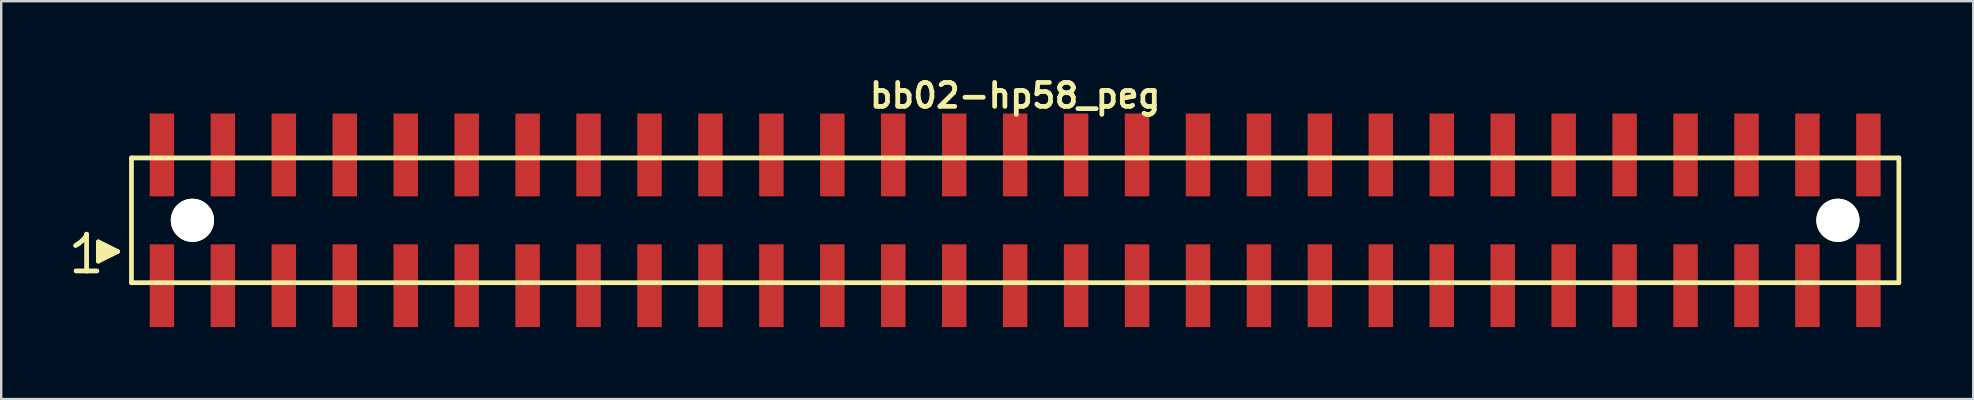
<source format=kicad_pcb>
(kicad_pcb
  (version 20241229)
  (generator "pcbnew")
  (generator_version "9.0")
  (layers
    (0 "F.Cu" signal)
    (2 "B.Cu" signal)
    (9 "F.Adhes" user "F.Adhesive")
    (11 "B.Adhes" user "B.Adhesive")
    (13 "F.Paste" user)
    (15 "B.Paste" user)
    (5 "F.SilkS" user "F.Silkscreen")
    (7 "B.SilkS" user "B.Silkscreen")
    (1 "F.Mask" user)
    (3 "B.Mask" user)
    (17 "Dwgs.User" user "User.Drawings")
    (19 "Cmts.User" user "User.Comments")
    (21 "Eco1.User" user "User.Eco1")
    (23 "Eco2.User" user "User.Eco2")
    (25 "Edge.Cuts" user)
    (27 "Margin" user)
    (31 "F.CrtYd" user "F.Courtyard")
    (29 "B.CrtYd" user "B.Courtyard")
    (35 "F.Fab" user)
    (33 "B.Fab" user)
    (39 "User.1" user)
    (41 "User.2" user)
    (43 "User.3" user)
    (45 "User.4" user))
  (footprint "bb02-hp58_peg"
    (layer "F.Cu")
    (at 39.259 6.132)
    (property "Reference" "bb02-hp58_peg" (at 0 -5.2 0) (layer "F.SilkS") (effects (font (size 0.998 0.998) (thickness 0.198))))
    (attr through_hole)
    (fp_line (start -39.16 1.05) (end -39.03 0.97) (stroke (width 0.198) (type solid)) (layer "F.SilkS"))
    (fp_line (start -39.03 0.97) (end -38.87 0.84) (stroke (width 0.198) (type solid)) (layer "F.SilkS"))
    (fp_line (start -38.87 0.84) (end -38.73 0.67) (stroke (width 0.198) (type solid)) (layer "F.SilkS"))
    (fp_line (start -38.73 0.67) (end -38.7 0.58) (stroke (width 0.198) (type solid)) (layer "F.SilkS"))
    (fp_line (start -38.7 0.58) (end -38.7 2.11) (stroke (width 0.198) (type solid)) (layer "F.SilkS"))
    (fp_line (start -38.7 2.11) (end -39.14 2.11) (stroke (width 0.198) (type solid)) (layer "F.SilkS"))
    (fp_line (start -38.27 2.11) (end -38.71 2.11) (stroke (width 0.198) (type solid)) (layer "F.SilkS"))
    (fp_line (start -38.21 0.9) (end -37.41 1.3) (stroke (width 0.198) (type solid)) (layer "F.SilkS"))
    (fp_line (start -38.21 1.7) (end -38.21 0.9) (stroke (width 0.198) (type solid)) (layer "F.SilkS"))
    (fp_line (start -38.11 1.6) (end -38.11 1) (stroke (width 0.198) (type solid)) (layer "F.SilkS"))
    (fp_line (start -38.01 1.1) (end -38.01 1.5) (stroke (width 0.198) (type solid)) (layer "F.SilkS"))
    (fp_line (start -37.91 1.5) (end -37.91 1.1) (stroke (width 0.198) (type solid)) (layer "F.SilkS"))
    (fp_line (start -37.81 1.2) (end -37.81 1.4) (stroke (width 0.198) (type solid)) (layer "F.SilkS"))
    (fp_line (start -37.71 1.4) (end -37.71 1.2) (stroke (width 0.198) (type solid)) (layer "F.SilkS"))
    (fp_line (start -37.41 1.3) (end -38.21 1.7) (stroke (width 0.198) (type solid)) (layer "F.SilkS"))
    (fp_line (start -36.83 -2.6) (end -36.83 2.6) (stroke (width 0.198) (type solid)) (layer "F.SilkS"))
    (fp_line (start -36.83 -2.6) (end 36.83 -2.6) (stroke (width 0.198) (type solid)) (layer "F.SilkS"))
    (fp_line (start 36.83 2.6) (end -36.83 2.6) (stroke (width 0.198) (type solid)) (layer "F.SilkS"))
    (fp_line (start 36.83 2.6) (end 36.83 -2.6) (stroke (width 0.198) (type solid)) (layer "F.SilkS"))
    (pad "" np_thru_hole circle (at -34.29 0) (size 1.8 1.8) (drill 1.8) (layers "*.Cu" "*.Mask" "F.SilkS"))
    (pad "" np_thru_hole circle (at 34.29 0) (size 1.8 1.8) (drill 1.8) (layers "*.Cu" "*.Mask" "F.SilkS"))
    (pad "1" smd rect (at -35.56 2.725) (size 1.02 3.45) (layers "F.Cu" "F.Mask" "F.Paste"))
    (pad "2" smd rect (at -35.56 -2.725) (size 1.02 3.45) (layers "F.Cu" "F.Mask" "F.Paste"))
    (pad "3" smd rect (at -33.02 2.725) (size 1.02 3.45) (layers "F.Cu" "F.Mask" "F.Paste"))
    (pad "4" smd rect (at -33.02 -2.725) (size 1.02 3.45) (layers "F.Cu" "F.Mask" "F.Paste"))
    (pad "5" smd rect (at -30.48 2.725) (size 1.02 3.45) (layers "F.Cu" "F.Mask" "F.Paste"))
    (pad "6" smd rect (at -30.48 -2.725) (size 1.02 3.45) (layers "F.Cu" "F.Mask" "F.Paste"))
    (pad "7" smd rect (at -27.94 2.725) (size 1.02 3.45) (layers "F.Cu" "F.Mask" "F.Paste"))
    (pad "8" smd rect (at -27.94 -2.725) (size 1.02 3.45) (layers "F.Cu" "F.Mask" "F.Paste"))
    (pad "9" smd rect (at -25.4 2.725) (size 1.02 3.45) (layers "F.Cu" "F.Mask" "F.Paste"))
    (pad "10" smd rect (at -25.4 -2.725) (size 1.02 3.45) (layers "F.Cu" "F.Mask" "F.Paste"))
    (pad "11" smd rect (at -22.86 2.725) (size 1.02 3.45) (layers "F.Cu" "F.Mask" "F.Paste"))
    (pad "12" smd rect (at -22.86 -2.725) (size 1.02 3.45) (layers "F.Cu" "F.Mask" "F.Paste"))
    (pad "13" smd rect (at -20.32 2.725) (size 1.02 3.45) (layers "F.Cu" "F.Mask" "F.Paste"))
    (pad "14" smd rect (at -20.32 -2.725) (size 1.02 3.45) (layers "F.Cu" "F.Mask" "F.Paste"))
    (pad "15" smd rect (at -17.78 2.725) (size 1.02 3.45) (layers "F.Cu" "F.Mask" "F.Paste"))
    (pad "16" smd rect (at -17.78 -2.725) (size 1.02 3.45) (layers "F.Cu" "F.Mask" "F.Paste"))
    (pad "17" smd rect (at -15.24 2.725) (size 1.02 3.45) (layers "F.Cu" "F.Mask" "F.Paste"))
    (pad "18" smd rect (at -15.24 -2.725) (size 1.02 3.45) (layers "F.Cu" "F.Mask" "F.Paste"))
    (pad "19" smd rect (at -12.7 2.725) (size 1.02 3.45) (layers "F.Cu" "F.Mask" "F.Paste"))
    (pad "20" smd rect (at -12.7 -2.725) (size 1.02 3.45) (layers "F.Cu" "F.Mask" "F.Paste"))
    (pad "21" smd rect (at -10.16 2.725) (size 1.02 3.45) (layers "F.Cu" "F.Mask" "F.Paste"))
    (pad "22" smd rect (at -10.16 -2.725) (size 1.02 3.45) (layers "F.Cu" "F.Mask" "F.Paste"))
    (pad "23" smd rect (at -7.62 2.725) (size 1.02 3.45) (layers "F.Cu" "F.Mask" "F.Paste"))
    (pad "24" smd rect (at -7.62 -2.725) (size 1.02 3.45) (layers "F.Cu" "F.Mask" "F.Paste"))
    (pad "25" smd rect (at -5.08 2.725) (size 1.02 3.45) (layers "F.Cu" "F.Mask" "F.Paste"))
    (pad "26" smd rect (at -5.08 -2.725) (size 1.02 3.45) (layers "F.Cu" "F.Mask" "F.Paste"))
    (pad "27" smd rect (at -2.54 2.725) (size 1.02 3.45) (layers "F.Cu" "F.Mask" "F.Paste"))
    (pad "28" smd rect (at -2.54 -2.725) (size 1.02 3.45) (layers "F.Cu" "F.Mask" "F.Paste"))
    (pad "29" smd rect (at 0 2.725) (size 1.02 3.45) (layers "F.Cu" "F.Mask" "F.Paste"))
    (pad "30" smd rect (at 0 -2.725) (size 1.02 3.45) (layers "F.Cu" "F.Mask" "F.Paste"))
    (pad "31" smd rect (at 2.54 2.725) (size 1.02 3.45) (layers "F.Cu" "F.Mask" "F.Paste"))
    (pad "32" smd rect (at 2.54 -2.725) (size 1.02 3.45) (layers "F.Cu" "F.Mask" "F.Paste"))
    (pad "33" smd rect (at 5.08 2.725) (size 1.02 3.45) (layers "F.Cu" "F.Mask" "F.Paste"))
    (pad "34" smd rect (at 5.08 -2.725) (size 1.02 3.45) (layers "F.Cu" "F.Mask" "F.Paste"))
    (pad "35" smd rect (at 7.62 2.725) (size 1.02 3.45) (layers "F.Cu" "F.Mask" "F.Paste"))
    (pad "36" smd rect (at 7.62 -2.725) (size 1.02 3.45) (layers "F.Cu" "F.Mask" "F.Paste"))
    (pad "37" smd rect (at 10.16 2.725) (size 1.02 3.45) (layers "F.Cu" "F.Mask" "F.Paste"))
    (pad "38" smd rect (at 10.16 -2.725) (size 1.02 3.45) (layers "F.Cu" "F.Mask" "F.Paste"))
    (pad "39" smd rect (at 12.7 2.725) (size 1.02 3.45) (layers "F.Cu" "F.Mask" "F.Paste"))
    (pad "40" smd rect (at 12.7 -2.725) (size 1.02 3.45) (layers "F.Cu" "F.Mask" "F.Paste"))
    (pad "41" smd rect (at 15.24 2.725) (size 1.02 3.45) (layers "F.Cu" "F.Mask" "F.Paste"))
    (pad "42" smd rect (at 15.24 -2.725) (size 1.02 3.45) (layers "F.Cu" "F.Mask" "F.Paste"))
    (pad "43" smd rect (at 17.78 2.725) (size 1.02 3.45) (layers "F.Cu" "F.Mask" "F.Paste"))
    (pad "44" smd rect (at 17.78 -2.725) (size 1.02 3.45) (layers "F.Cu" "F.Mask" "F.Paste"))
    (pad "45" smd rect (at 20.32 2.725) (size 1.02 3.45) (layers "F.Cu" "F.Mask" "F.Paste"))
    (pad "46" smd rect (at 20.32 -2.725) (size 1.02 3.45) (layers "F.Cu" "F.Mask" "F.Paste"))
    (pad "47" smd rect (at 22.86 2.725) (size 1.02 3.45) (layers "F.Cu" "F.Mask" "F.Paste"))
    (pad "48" smd rect (at 22.86 -2.725) (size 1.02 3.45) (layers "F.Cu" "F.Mask" "F.Paste"))
    (pad "49" smd rect (at 25.4 2.725) (size 1.02 3.45) (layers "F.Cu" "F.Mask" "F.Paste"))
    (pad "50" smd rect (at 25.4 -2.725) (size 1.02 3.45) (layers "F.Cu" "F.Mask" "F.Paste"))
    (pad "51" smd rect (at 27.94 2.725) (size 1.02 3.45) (layers "F.Cu" "F.Mask" "F.Paste"))
    (pad "52" smd rect (at 27.94 -2.725) (size 1.02 3.45) (layers "F.Cu" "F.Mask" "F.Paste"))
    (pad "53" smd rect (at 30.48 2.725) (size 1.02 3.45) (layers "F.Cu" "F.Mask" "F.Paste"))
    (pad "54" smd rect (at 30.48 -2.725) (size 1.02 3.45) (layers "F.Cu" "F.Mask" "F.Paste"))
    (pad "55" smd rect (at 33.02 2.725) (size 1.02 3.45) (layers "F.Cu" "F.Mask" "F.Paste"))
    (pad "56" smd rect (at 33.02 -2.725) (size 1.02 3.45) (layers "F.Cu" "F.Mask" "F.Paste"))
    (pad "57" smd rect (at 35.56 2.725) (size 1.02 3.45) (layers "F.Cu" "F.Mask" "F.Paste"))
    (pad "58" smd rect (at 35.56 -2.725) (size 1.02 3.45) (layers "F.Cu" "F.Mask" "F.Paste")))
  (gr_rect
    (start -3 -3)
    (end 79.188 13.582)
    (stroke (width 0.1) (type default))
    (fill no)
    (layer "Edge.Cuts")))
</source>
